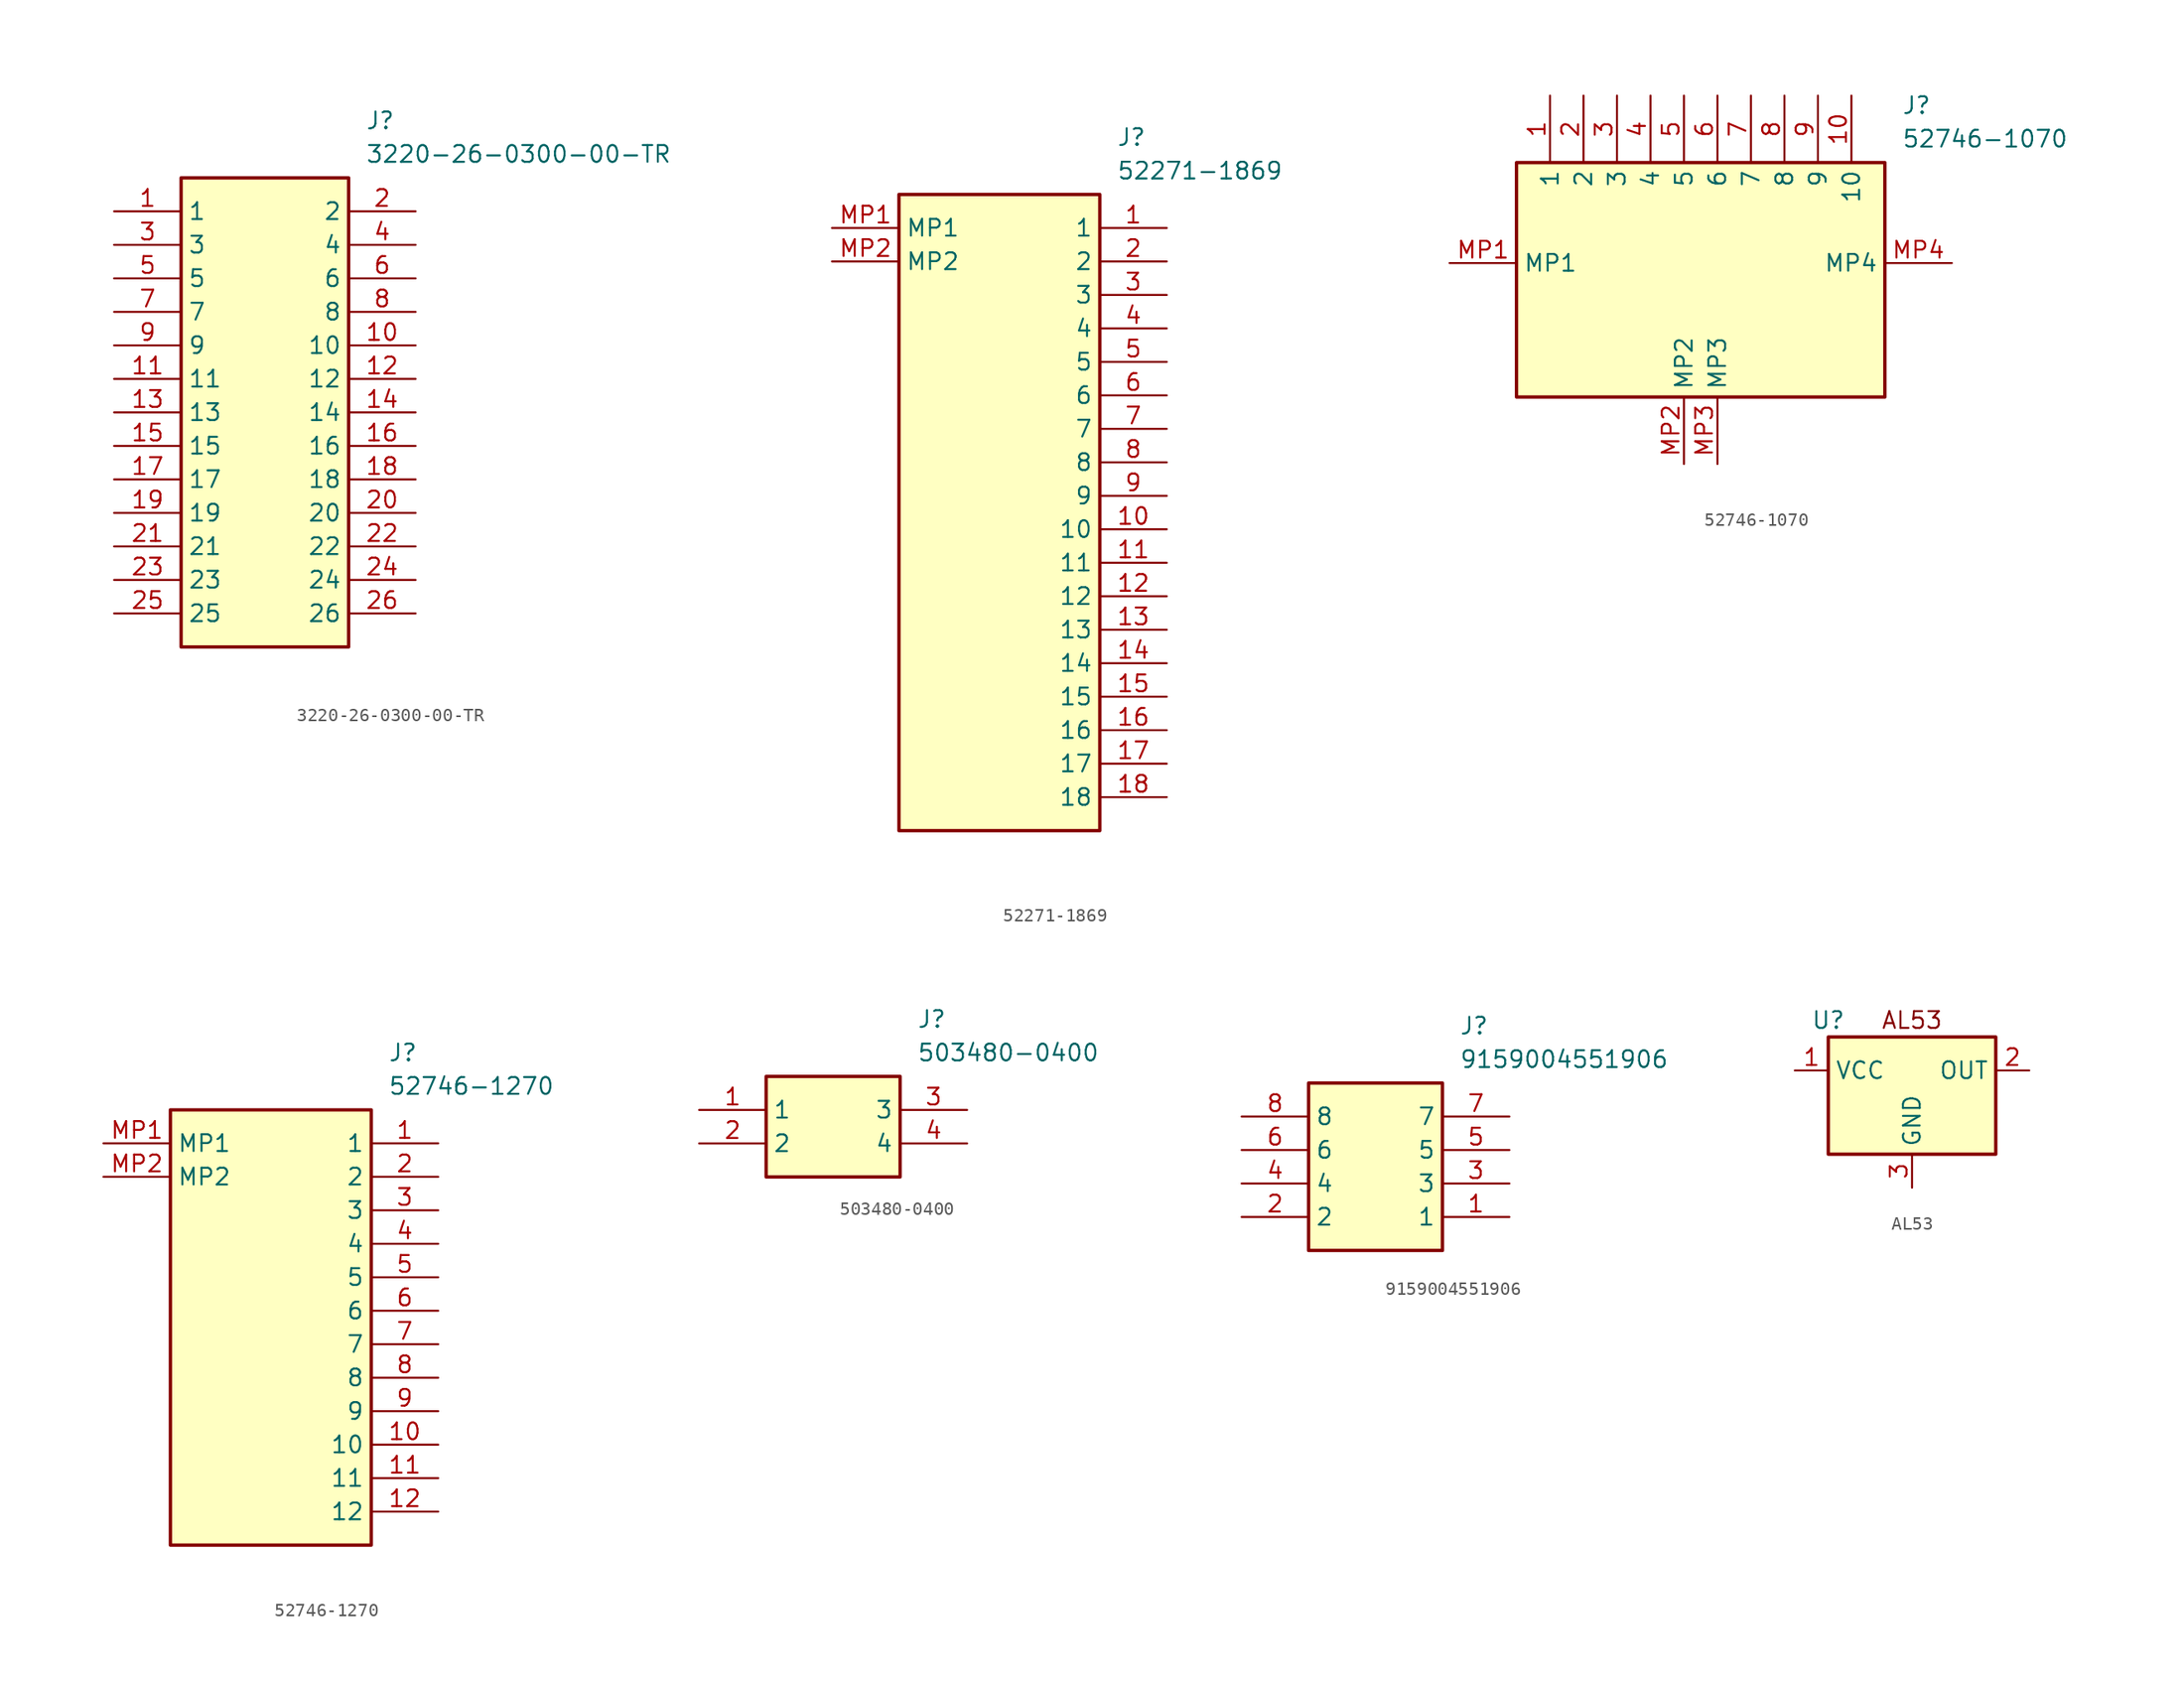
<source format=kicad_sym>
(kicad_symbol_lib
  (version 20241209)
  (generator "kicad_symbol_editor")
  (generator_version "9.0")
  (symbol "3220-26-0300-00-TR"
    (property "Reference" "J"
      (at 19.05 7.62 0)
      (effects (font (size 1.27 1.27)) (justify left top)))
    (property "Value" "3220-26-0300-00-TR"
      (at 19.05 5.08 0)
      (effects (font (size 1.27 1.27)) (justify left top)))
    (symbol "3220-26-0300-00-TR_1_1"
      (rectangle (start 5.08 2.54) (end 17.78 -33.02) (stroke (width 0.254) (type default)) (fill (type background)))
      (pin passive line (at 0 0 0) (length 5.08) (name "1" (effects (font (size 1.27 1.27)))) (number "1" (effects (font (size 1.27 1.27)))))
      (pin passive line (at 0 -2.54 0) (length 5.08) (name "3" (effects (font (size 1.27 1.27)))) (number "3" (effects (font (size 1.27 1.27)))))
      (pin passive line (at 0 -5.08 0) (length 5.08) (name "5" (effects (font (size 1.27 1.27)))) (number "5" (effects (font (size 1.27 1.27)))))
      (pin passive line (at 0 -7.62 0) (length 5.08) (name "7" (effects (font (size 1.27 1.27)))) (number "7" (effects (font (size 1.27 1.27)))))
      (pin passive line (at 0 -10.16 0) (length 5.08) (name "9" (effects (font (size 1.27 1.27)))) (number "9" (effects (font (size 1.27 1.27)))))
      (pin passive line (at 0 -12.7 0) (length 5.08) (name "11" (effects (font (size 1.27 1.27)))) (number "11" (effects (font (size 1.27 1.27)))))
      (pin passive line (at 0 -15.24 0) (length 5.08) (name "13" (effects (font (size 1.27 1.27)))) (number "13" (effects (font (size 1.27 1.27)))))
      (pin passive line (at 0 -17.78 0) (length 5.08) (name "15" (effects (font (size 1.27 1.27)))) (number "15" (effects (font (size 1.27 1.27)))))
      (pin passive line (at 0 -20.32 0) (length 5.08) (name "17" (effects (font (size 1.27 1.27)))) (number "17" (effects (font (size 1.27 1.27)))))
      (pin passive line (at 0 -22.86 0) (length 5.08) (name "19" (effects (font (size 1.27 1.27)))) (number "19" (effects (font (size 1.27 1.27)))))
      (pin passive line (at 0 -25.4 0) (length 5.08) (name "21" (effects (font (size 1.27 1.27)))) (number "21" (effects (font (size 1.27 1.27)))))
      (pin passive line (at 0 -27.94 0) (length 5.08) (name "23" (effects (font (size 1.27 1.27)))) (number "23" (effects (font (size 1.27 1.27)))))
      (pin passive line (at 0 -30.48 0) (length 5.08) (name "25" (effects (font (size 1.27 1.27)))) (number "25" (effects (font (size 1.27 1.27)))))
      (pin passive line (at 22.86 0 180) (length 5.08) (name "2" (effects (font (size 1.27 1.27)))) (number "2" (effects (font (size 1.27 1.27)))))
      (pin passive line (at 22.86 -2.54 180) (length 5.08) (name "4" (effects (font (size 1.27 1.27)))) (number "4" (effects (font (size 1.27 1.27)))))
      (pin passive line (at 22.86 -5.08 180) (length 5.08) (name "6" (effects (font (size 1.27 1.27)))) (number "6" (effects (font (size 1.27 1.27)))))
      (pin passive line (at 22.86 -7.62 180) (length 5.08) (name "8" (effects (font (size 1.27 1.27)))) (number "8" (effects (font (size 1.27 1.27)))))
      (pin passive line (at 22.86 -10.16 180) (length 5.08) (name "10" (effects (font (size 1.27 1.27)))) (number "10" (effects (font (size 1.27 1.27)))))
      (pin passive line (at 22.86 -12.7 180) (length 5.08) (name "12" (effects (font (size 1.27 1.27)))) (number "12" (effects (font (size 1.27 1.27)))))
      (pin passive line (at 22.86 -15.24 180) (length 5.08) (name "14" (effects (font (size 1.27 1.27)))) (number "14" (effects (font (size 1.27 1.27)))))
      (pin passive line (at 22.86 -17.78 180) (length 5.08) (name "16" (effects (font (size 1.27 1.27)))) (number "16" (effects (font (size 1.27 1.27)))))
      (pin passive line (at 22.86 -20.32 180) (length 5.08) (name "18" (effects (font (size 1.27 1.27)))) (number "18" (effects (font (size 1.27 1.27)))))
      (pin passive line (at 22.86 -22.86 180) (length 5.08) (name "20" (effects (font (size 1.27 1.27)))) (number "20" (effects (font (size 1.27 1.27)))))
      (pin passive line (at 22.86 -25.4 180) (length 5.08) (name "22" (effects (font (size 1.27 1.27)))) (number "22" (effects (font (size 1.27 1.27)))))
      (pin passive line (at 22.86 -27.94 180) (length 5.08) (name "24" (effects (font (size 1.27 1.27)))) (number "24" (effects (font (size 1.27 1.27)))))
      (pin passive line (at 22.86 -30.48 180) (length 5.08) (name "26" (effects (font (size 1.27 1.27)))) (number "26" (effects (font (size 1.27 1.27)))))))
  (symbol "52271-1869"
    (property "Reference" "J"
      (at 21.59 7.62 0)
      (effects (font (size 1.27 1.27)) (justify left top)))
    (property "Value" "52271-1869"
      (at 21.59 5.08 0)
      (effects (font (size 1.27 1.27)) (justify left top)))
    (symbol "52271-1869_1_1"
      (rectangle (start 5.08 2.54) (end 20.32 -45.72) (stroke (width 0.254) (type default)) (fill (type background)))
      (pin passive line (at 0 0 0) (length 5.08) (name "MP1" (effects (font (size 1.27 1.27)))) (number "MP1" (effects (font (size 1.27 1.27)))))
      (pin passive line (at 0 -2.54 0) (length 5.08) (name "MP2" (effects (font (size 1.27 1.27)))) (number "MP2" (effects (font (size 1.27 1.27)))))
      (pin passive line (at 25.4 0 180) (length 5.08) (name "1" (effects (font (size 1.27 1.27)))) (number "1" (effects (font (size 1.27 1.27)))))
      (pin passive line (at 25.4 -2.54 180) (length 5.08) (name "2" (effects (font (size 1.27 1.27)))) (number "2" (effects (font (size 1.27 1.27)))))
      (pin passive line (at 25.4 -5.08 180) (length 5.08) (name "3" (effects (font (size 1.27 1.27)))) (number "3" (effects (font (size 1.27 1.27)))))
      (pin passive line (at 25.4 -7.62 180) (length 5.08) (name "4" (effects (font (size 1.27 1.27)))) (number "4" (effects (font (size 1.27 1.27)))))
      (pin passive line (at 25.4 -10.16 180) (length 5.08) (name "5" (effects (font (size 1.27 1.27)))) (number "5" (effects (font (size 1.27 1.27)))))
      (pin passive line (at 25.4 -12.7 180) (length 5.08) (name "6" (effects (font (size 1.27 1.27)))) (number "6" (effects (font (size 1.27 1.27)))))
      (pin passive line (at 25.4 -15.24 180) (length 5.08) (name "7" (effects (font (size 1.27 1.27)))) (number "7" (effects (font (size 1.27 1.27)))))
      (pin passive line (at 25.4 -17.78 180) (length 5.08) (name "8" (effects (font (size 1.27 1.27)))) (number "8" (effects (font (size 1.27 1.27)))))
      (pin passive line (at 25.4 -20.32 180) (length 5.08) (name "9" (effects (font (size 1.27 1.27)))) (number "9" (effects (font (size 1.27 1.27)))))
      (pin passive line (at 25.4 -22.86 180) (length 5.08) (name "10" (effects (font (size 1.27 1.27)))) (number "10" (effects (font (size 1.27 1.27)))))
      (pin passive line (at 25.4 -25.4 180) (length 5.08) (name "11" (effects (font (size 1.27 1.27)))) (number "11" (effects (font (size 1.27 1.27)))))
      (pin passive line (at 25.4 -27.94 180) (length 5.08) (name "12" (effects (font (size 1.27 1.27)))) (number "12" (effects (font (size 1.27 1.27)))))
      (pin passive line (at 25.4 -30.48 180) (length 5.08) (name "13" (effects (font (size 1.27 1.27)))) (number "13" (effects (font (size 1.27 1.27)))))
      (pin passive line (at 25.4 -33.02 180) (length 5.08) (name "14" (effects (font (size 1.27 1.27)))) (number "14" (effects (font (size 1.27 1.27)))))
      (pin passive line (at 25.4 -35.56 180) (length 5.08) (name "15" (effects (font (size 1.27 1.27)))) (number "15" (effects (font (size 1.27 1.27)))))
      (pin passive line (at 25.4 -38.1 180) (length 5.08) (name "16" (effects (font (size 1.27 1.27)))) (number "16" (effects (font (size 1.27 1.27)))))
      (pin passive line (at 25.4 -40.64 180) (length 5.08) (name "17" (effects (font (size 1.27 1.27)))) (number "17" (effects (font (size 1.27 1.27)))))
      (pin passive line (at 25.4 -43.18 180) (length 5.08) (name "18" (effects (font (size 1.27 1.27)))) (number "18" (effects (font (size 1.27 1.27)))))))
  (symbol "52746-1070"
    (property "Reference" "J"
      (at 34.29 12.7 0)
      (effects (font (size 1.27 1.27)) (justify left top)))
    (property "Value" "52746-1070"
      (at 34.29 10.16 0)
      (effects (font (size 1.27 1.27)) (justify left top)))
    (symbol "52746-1070_1_1"
      (rectangle (start 5.08 7.62) (end 33.02 -10.16) (stroke (width 0.254) (type default)) (fill (type background)))
      (pin passive line (at 0 0 0) (length 5.08) (name "MP1" (effects (font (size 1.27 1.27)))) (number "MP1" (effects (font (size 1.27 1.27)))))
      (pin passive line (at 7.62 12.7 270) (length 5.08) (name "1" (effects (font (size 1.27 1.27)))) (number "1" (effects (font (size 1.27 1.27)))))
      (pin passive line (at 10.16 12.7 270) (length 5.08) (name "2" (effects (font (size 1.27 1.27)))) (number "2" (effects (font (size 1.27 1.27)))))
      (pin passive line (at 12.7 12.7 270) (length 5.08) (name "3" (effects (font (size 1.27 1.27)))) (number "3" (effects (font (size 1.27 1.27)))))
      (pin passive line (at 15.24 12.7 270) (length 5.08) (name "4" (effects (font (size 1.27 1.27)))) (number "4" (effects (font (size 1.27 1.27)))))
      (pin passive line (at 17.78 12.7 270) (length 5.08) (name "5" (effects (font (size 1.27 1.27)))) (number "5" (effects (font (size 1.27 1.27)))))
      (pin passive line (at 17.78 -15.24 90) (length 5.08) (name "MP2" (effects (font (size 1.27 1.27)))) (number "MP2" (effects (font (size 1.27 1.27)))))
      (pin passive line (at 20.32 12.7 270) (length 5.08) (name "6" (effects (font (size 1.27 1.27)))) (number "6" (effects (font (size 1.27 1.27)))))
      (pin passive line (at 20.32 -15.24 90) (length 5.08) (name "MP3" (effects (font (size 1.27 1.27)))) (number "MP3" (effects (font (size 1.27 1.27)))))
      (pin passive line (at 22.86 12.7 270) (length 5.08) (name "7" (effects (font (size 1.27 1.27)))) (number "7" (effects (font (size 1.27 1.27)))))
      (pin passive line (at 25.4 12.7 270) (length 5.08) (name "8" (effects (font (size 1.27 1.27)))) (number "8" (effects (font (size 1.27 1.27)))))
      (pin passive line (at 27.94 12.7 270) (length 5.08) (name "9" (effects (font (size 1.27 1.27)))) (number "9" (effects (font (size 1.27 1.27)))))
      (pin passive line (at 30.48 12.7 270) (length 5.08) (name "10" (effects (font (size 1.27 1.27)))) (number "10" (effects (font (size 1.27 1.27)))))
      (pin passive line (at 38.1 0 180) (length 5.08) (name "MP4" (effects (font (size 1.27 1.27)))) (number "MP4" (effects (font (size 1.27 1.27)))))))
  (symbol "52746-1270"
    (property "Reference" "J"
      (at 21.59 7.62 0)
      (effects (font (size 1.27 1.27)) (justify left top)))
    (property "Value" "52746-1270"
      (at 21.59 5.08 0)
      (effects (font (size 1.27 1.27)) (justify left top)))
    (symbol "52746-1270_1_1"
      (rectangle (start 5.08 2.54) (end 20.32 -30.48) (stroke (width 0.254) (type default)) (fill (type background)))
      (pin passive line (at 0 0 0) (length 5.08) (name "MP1" (effects (font (size 1.27 1.27)))) (number "MP1" (effects (font (size 1.27 1.27)))))
      (pin passive line (at 0 -2.54 0) (length 5.08) (name "MP2" (effects (font (size 1.27 1.27)))) (number "MP2" (effects (font (size 1.27 1.27)))))
      (pin passive line (at 25.4 0 180) (length 5.08) (name "1" (effects (font (size 1.27 1.27)))) (number "1" (effects (font (size 1.27 1.27)))))
      (pin passive line (at 25.4 -2.54 180) (length 5.08) (name "2" (effects (font (size 1.27 1.27)))) (number "2" (effects (font (size 1.27 1.27)))))
      (pin passive line (at 25.4 -5.08 180) (length 5.08) (name "3" (effects (font (size 1.27 1.27)))) (number "3" (effects (font (size 1.27 1.27)))))
      (pin passive line (at 25.4 -7.62 180) (length 5.08) (name "4" (effects (font (size 1.27 1.27)))) (number "4" (effects (font (size 1.27 1.27)))))
      (pin passive line (at 25.4 -10.16 180) (length 5.08) (name "5" (effects (font (size 1.27 1.27)))) (number "5" (effects (font (size 1.27 1.27)))))
      (pin passive line (at 25.4 -12.7 180) (length 5.08) (name "6" (effects (font (size 1.27 1.27)))) (number "6" (effects (font (size 1.27 1.27)))))
      (pin passive line (at 25.4 -15.24 180) (length 5.08) (name "7" (effects (font (size 1.27 1.27)))) (number "7" (effects (font (size 1.27 1.27)))))
      (pin passive line (at 25.4 -17.78 180) (length 5.08) (name "8" (effects (font (size 1.27 1.27)))) (number "8" (effects (font (size 1.27 1.27)))))
      (pin passive line (at 25.4 -20.32 180) (length 5.08) (name "9" (effects (font (size 1.27 1.27)))) (number "9" (effects (font (size 1.27 1.27)))))
      (pin passive line (at 25.4 -22.86 180) (length 5.08) (name "10" (effects (font (size 1.27 1.27)))) (number "10" (effects (font (size 1.27 1.27)))))
      (pin passive line (at 25.4 -25.4 180) (length 5.08) (name "11" (effects (font (size 1.27 1.27)))) (number "11" (effects (font (size 1.27 1.27)))))
      (pin passive line (at 25.4 -27.94 180) (length 5.08) (name "12" (effects (font (size 1.27 1.27)))) (number "12" (effects (font (size 1.27 1.27)))))))
  (symbol "503480-0400"
    (property "Reference" "J"
      (at 16.51 7.62 0)
      (effects (font (size 1.27 1.27)) (justify left top)))
    (property "Value" "503480-0400"
      (at 16.51 5.08 0)
      (effects (font (size 1.27 1.27)) (justify left top)))
    (symbol "503480-0400_1_1"
      (rectangle (start 5.08 2.54) (end 15.24 -5.08) (stroke (width 0.254) (type default)) (fill (type background)))
      (pin passive line (at 0 0 0) (length 5.08) (name "1" (effects (font (size 1.27 1.27)))) (number "1" (effects (font (size 1.27 1.27)))))
      (pin passive line (at 0 -2.54 0) (length 5.08) (name "2" (effects (font (size 1.27 1.27)))) (number "2" (effects (font (size 1.27 1.27)))))
      (pin passive line (at 20.32 0 180) (length 5.08) (name "3" (effects (font (size 1.27 1.27)))) (number "3" (effects (font (size 1.27 1.27)))))
      (pin passive line (at 20.32 -2.54 180) (length 5.08) (name "4" (effects (font (size 1.27 1.27)))) (number "4" (effects (font (size 1.27 1.27)))))))
  (symbol "9159004551906"
    (property "Reference" "J"
      (at 16.51 7.62 0)
      (effects (font (size 1.27 1.27)) (justify left top)))
    (property "Value" "9159004551906"
      (at 16.51 5.08 0)
      (effects (font (size 1.27 1.27)) (justify left top)))
    (symbol "9159004551906_1_1"
      (rectangle (start 5.08 2.54) (end 15.24 -10.16) (stroke (width 0.254) (type default)) (fill (type background)))
      (pin passive line (at 0 0 0) (length 5.08) (name "8" (effects (font (size 1.27 1.27)))) (number "8" (effects (font (size 1.27 1.27)))))
      (pin passive line (at 0 -2.54 0) (length 5.08) (name "6" (effects (font (size 1.27 1.27)))) (number "6" (effects (font (size 1.27 1.27)))))
      (pin passive line (at 0 -5.08 0) (length 5.08) (name "4" (effects (font (size 1.27 1.27)))) (number "4" (effects (font (size 1.27 1.27)))))
      (pin passive line (at 0 -7.62 0) (length 5.08) (name "2" (effects (font (size 1.27 1.27)))) (number "2" (effects (font (size 1.27 1.27)))))
      (pin passive line (at 20.32 0 180) (length 5.08) (name "7" (effects (font (size 1.27 1.27)))) (number "7" (effects (font (size 1.27 1.27)))))
      (pin passive line (at 20.32 -2.54 180) (length 5.08) (name "5" (effects (font (size 1.27 1.27)))) (number "5" (effects (font (size 1.27 1.27)))))
      (pin passive line (at 20.32 -5.08 180) (length 5.08) (name "3" (effects (font (size 1.27 1.27)))) (number "3" (effects (font (size 1.27 1.27)))))
      (pin passive line (at 20.32 -7.62 180) (length 5.08) (name "1" (effects (font (size 1.27 1.27)))) (number "1" (effects (font (size 1.27 1.27)))))))
  (symbol "AL53"
    (property "Reference" "U"
      (at 0 1.27 0)
      (effects (font (size 1.27 1.27))))
    (symbol "AL53_0_1"
      (rectangle (start 0 0) (end 12.7 -8.89) (stroke (width 0.254) (type default)) (fill (type background))))
    (symbol "AL53_1_1"
      (text "AL53" (at 6.35 1.27 0) (effects (font (size 1.27 1.27))))
      (pin input line (at -2.54 -2.54 0) (length 2.54) (name "VCC" (effects (font (size 1.27 1.27)))) (number "1" (effects (font (size 1.27 1.27)))))
      (pin input line (at 6.35 -11.43 90) (length 2.54) (name "GND" (effects (font (size 1.27 1.27)))) (number "3" (effects (font (size 1.27 1.27)))))
      (pin input line (at 15.24 -2.54 180) (length 2.54) (name "OUT" (effects (font (size 1.27 1.27)))) (number "2" (effects (font (size 1.27 1.27))))))))
</source>
